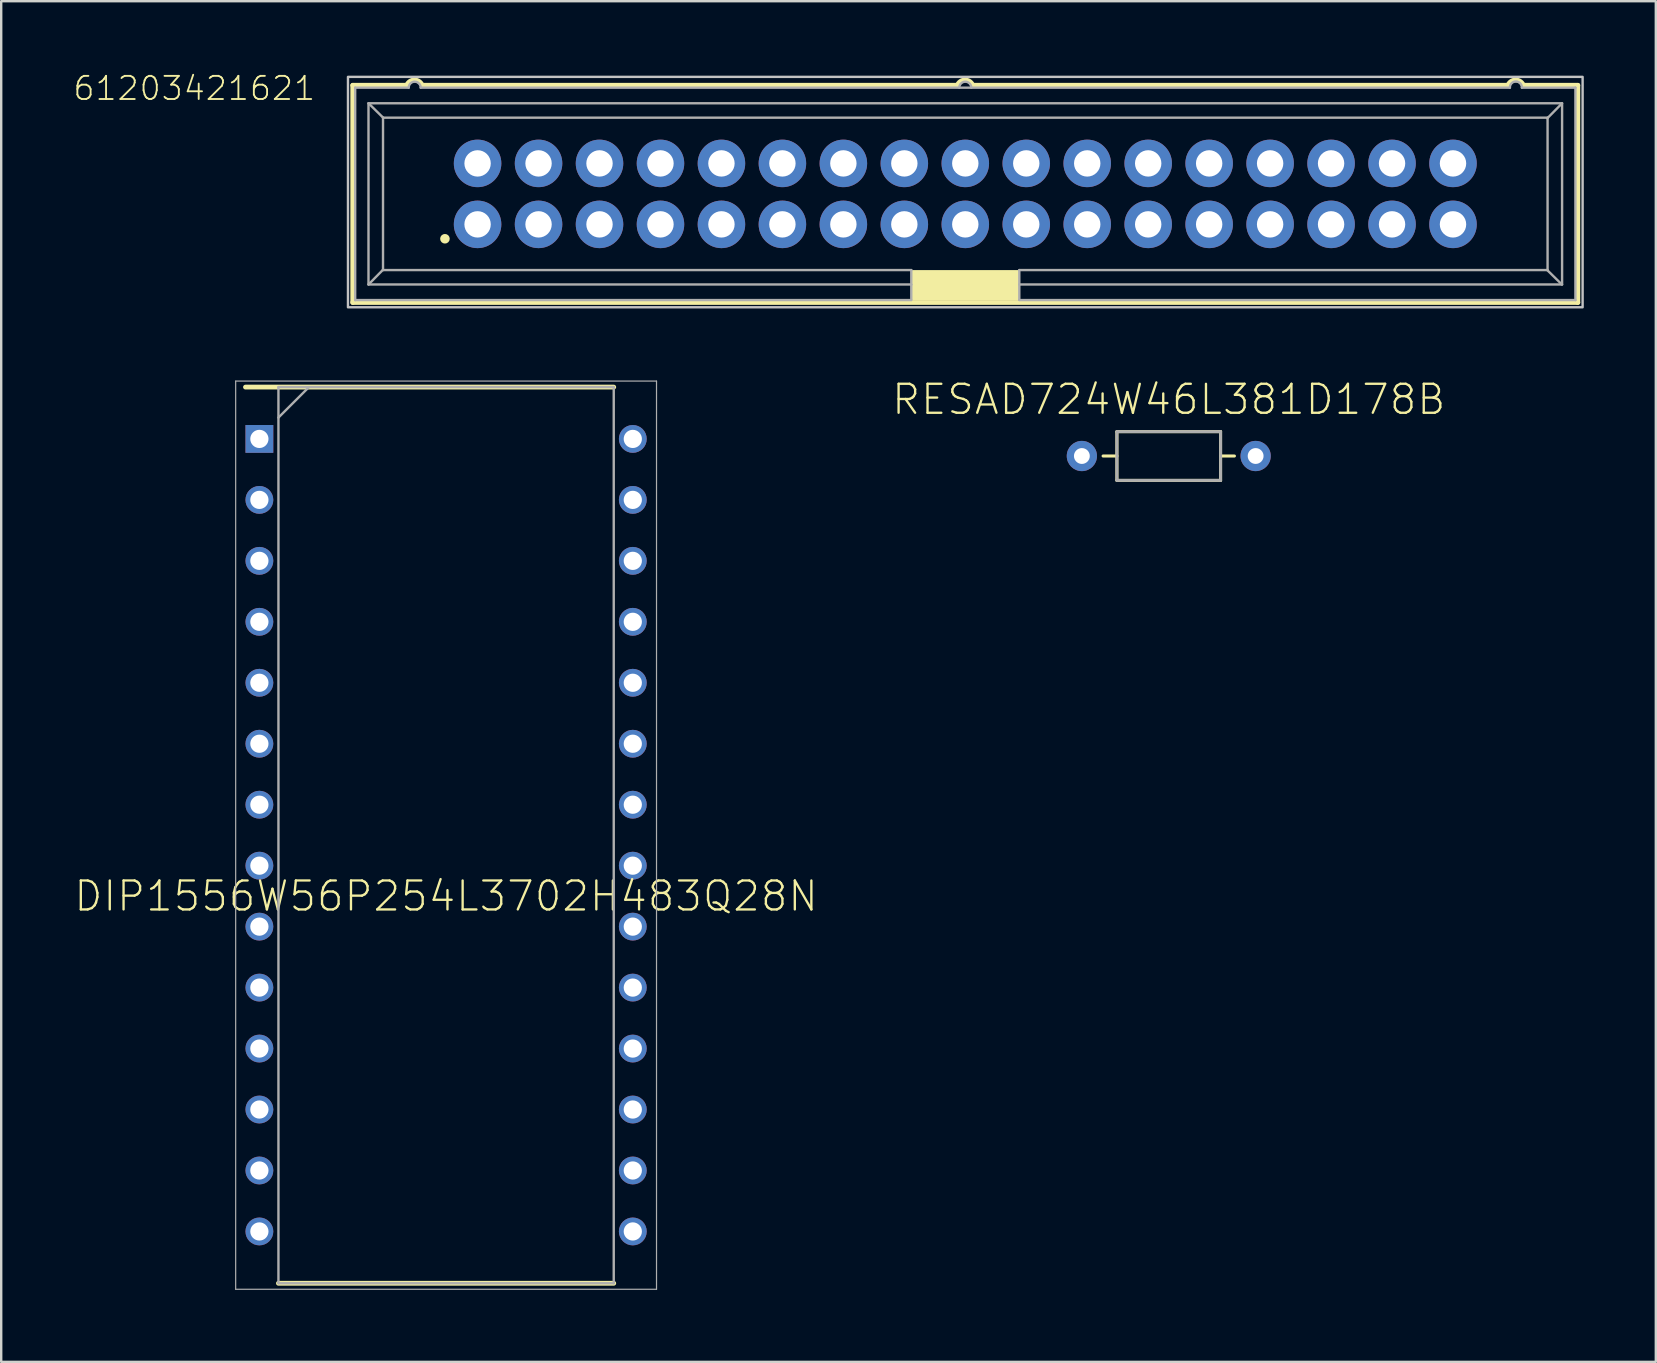
<source format=kicad_pcb>
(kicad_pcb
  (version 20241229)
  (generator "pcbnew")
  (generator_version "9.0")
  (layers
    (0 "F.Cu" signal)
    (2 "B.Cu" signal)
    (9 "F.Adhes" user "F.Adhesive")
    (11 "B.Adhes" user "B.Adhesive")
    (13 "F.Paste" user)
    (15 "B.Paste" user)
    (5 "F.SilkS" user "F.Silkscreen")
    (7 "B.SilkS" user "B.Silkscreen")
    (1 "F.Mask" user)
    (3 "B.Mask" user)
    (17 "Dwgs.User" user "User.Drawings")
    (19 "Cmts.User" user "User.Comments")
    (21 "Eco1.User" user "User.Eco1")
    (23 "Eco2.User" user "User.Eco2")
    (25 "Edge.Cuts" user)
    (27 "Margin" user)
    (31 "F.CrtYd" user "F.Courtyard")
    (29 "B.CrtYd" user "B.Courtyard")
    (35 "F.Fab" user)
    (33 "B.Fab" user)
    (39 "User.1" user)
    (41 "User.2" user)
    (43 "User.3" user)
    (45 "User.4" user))
  (footprint "61203421621"
    (layer "F.Cu")
    (at 37.168 5.028)
    (property "Reference" "61203421621" (at -27.018 -3.831 0) (layer "F.SilkS") (effects (font (size 0.965 0.965) (thickness 0.077)) (justify right bottom)))
    (attr through_hole)
    (fp_line (start -25.52 -4.525) (end -25.52 4.525) (stroke (width 0.2) (type solid)) (layer "F.SilkS"))
    (fp_line (start -25.52 4.525) (end 25.52 4.525) (stroke (width 0.2) (type solid)) (layer "F.SilkS"))
    (fp_line (start -23.27 -4.525) (end -25.52 -4.525) (stroke (width 0.2) (type solid)) (layer "F.SilkS"))
    (fp_line (start -0.33 -4.525) (end -22.63 -4.525) (stroke (width 0.2) (type solid)) (layer "F.SilkS"))
    (fp_line (start 22.61 -4.525) (end 0.31 -4.525) (stroke (width 0.2) (type solid)) (layer "F.SilkS"))
    (fp_line (start 23.25 -4.525) (end 25.52 -4.525) (stroke (width 0.2) (type solid)) (layer "F.SilkS"))
    (fp_line (start 25.52 4.525) (end 25.52 -4.525) (stroke (width 0.2) (type solid)) (layer "F.SilkS"))
    (fp_arc (start -23.27 -4.525) (mid -22.949999 -4.743547) (end -22.629999 -4.524998) (stroke (width 0.2) (type solid)) (layer "F.SilkS"))
    (fp_arc (start -0.33 -4.525) (mid -0.009999 -4.743547) (end 0.310001 -4.524998) (stroke (width 0.2) (type solid)) (layer "F.SilkS"))
    (fp_arc (start 22.61 -4.525) (mid 22.930001 -4.743547) (end 23.250001 -4.524998) (stroke (width 0.2) (type solid)) (layer "F.SilkS"))
    (fp_circle (center -21.68 1.87) (end -21.58 1.87) (stroke (width 0.2) (type solid)) (fill no) (layer "F.SilkS"))
    (fp_poly (pts (xy -2.25 4.425) (xy 2.25 4.425) (xy 2.25 3.175) (xy -2.25 3.175)) (stroke (width 0) (type solid)) (fill yes) (layer "F.SilkS"))
    (fp_poly (pts (xy -25.72 4.725) (xy 25.72 4.725) (xy 25.72 -4.875) (xy -25.72 -4.875)) (stroke (width 0.1) (type solid)) (fill no) (layer "Dwgs.User"))
    (fp_line (start -25.42 -4.425) (end -23.19 -4.425) (stroke (width 0.1) (type solid)) (layer "F.Fab"))
    (fp_line (start -25.42 4.425) (end -25.42 -4.425) (stroke (width 0.1) (type solid)) (layer "F.Fab"))
    (fp_line (start -24.865 -3.775) (end 24.865 -3.775) (stroke (width 0.1) (type solid)) (layer "F.Fab"))
    (fp_line (start -24.865 3.775) (end -24.865 -3.775) (stroke (width 0.1) (type solid)) (layer "F.Fab"))
    (fp_line (start -24.26 -3.175) (end 24.26 -3.175) (stroke (width 0.1) (type solid)) (layer "F.Fab"))
    (fp_line (start -24.26 3.16) (end -24.86 3.77) (stroke (width 0.1) (type solid)) (layer "F.Fab"))
    (fp_line (start -24.26 3.16) (end -24.26 -3.175) (stroke (width 0.1) (type solid)) (layer "F.Fab"))
    (fp_line (start -24.26 3.175) (end -24.26 3.16) (stroke (width 0.1) (type solid)) (layer "F.Fab"))
    (fp_line (start -24.25 -3.17) (end -24.86 -3.77) (stroke (width 0.1) (type solid)) (layer "F.Fab"))
    (fp_line (start -22.69 -4.425) (end 22.69 -4.425) (stroke (width 0.1) (type solid)) (layer "F.Fab"))
    (fp_line (start -2.25 3.175) (end -24.26 3.175) (stroke (width 0.1) (type solid)) (layer "F.Fab"))
    (fp_line (start -2.25 3.175) (end -2.25 3.775) (stroke (width 0.1) (type solid)) (layer "F.Fab"))
    (fp_line (start -2.25 3.775) (end -24.865 3.775) (stroke (width 0.1) (type solid)) (layer "F.Fab"))
    (fp_line (start -2.25 3.795) (end -2.25 4.395) (stroke (width 0.1) (type solid)) (layer "F.Fab"))
    (fp_line (start -2.25 4.425) (end -25.42 4.425) (stroke (width 0.1) (type solid)) (layer "F.Fab"))
    (fp_line (start 2.25 3.175) (end 2.25 3.775) (stroke (width 0.1) (type solid)) (layer "F.Fab"))
    (fp_line (start 2.25 3.815) (end 2.25 4.415) (stroke (width 0.1) (type solid)) (layer "F.Fab"))
    (fp_line (start 23.19 -4.425) (end 25.42 -4.425) (stroke (width 0.1) (type solid)) (layer "F.Fab"))
    (fp_line (start 24.24 3.17) (end 24.85 3.77) (stroke (width 0.1) (type solid)) (layer "F.Fab"))
    (fp_line (start 24.25 -3.15) (end 24.85 -3.76) (stroke (width 0.1) (type solid)) (layer "F.Fab"))
    (fp_line (start 24.26 -3.175) (end 24.26 3.175) (stroke (width 0.1) (type solid)) (layer "F.Fab"))
    (fp_line (start 24.26 3.175) (end 2.25 3.175) (stroke (width 0.1) (type solid)) (layer "F.Fab"))
    (fp_line (start 24.865 -3.775) (end 24.865 3.775) (stroke (width 0.1) (type solid)) (layer "F.Fab"))
    (fp_line (start 24.865 3.775) (end 2.25 3.775) (stroke (width 0.1) (type solid)) (layer "F.Fab"))
    (fp_line (start 25.42 -4.425) (end 25.42 4.425) (stroke (width 0.1) (type solid)) (layer "F.Fab"))
    (fp_line (start 25.42 4.425) (end 2.25 4.425) (stroke (width 0.1) (type solid)) (layer "F.Fab"))
    (fp_arc (start -23.19 -4.425) (mid -22.94 -4.68005) (end -22.69 -4.425) (stroke (width 0.1) (type solid)) (layer "F.Fab"))
    (fp_arc (start -0.25 -4.425) (mid 0 -4.68005) (end 0.25 -4.425) (stroke (width 0.1) (type solid)) (layer "F.Fab"))
    (fp_arc (start 22.69 -4.425) (mid 22.94 -4.685196) (end 23.19 -4.425) (stroke (width 0.1) (type solid)) (layer "F.Fab"))
    (pad "1" thru_hole circle (at -20.32 1.27) (size 1.98 1.98) (drill 1.1) (layers "*.Cu" "*.Mask"))
    (pad "2" thru_hole circle (at -20.32 -1.27) (size 1.98 1.98) (drill 1.1) (layers "*.Cu" "*.Mask"))
    (pad "3" thru_hole circle (at -17.78 1.27) (size 1.98 1.98) (drill 1.1) (layers "*.Cu" "*.Mask"))
    (pad "4" thru_hole circle (at -17.78 -1.27) (size 1.98 1.98) (drill 1.1) (layers "*.Cu" "*.Mask"))
    (pad "5" thru_hole circle (at -15.24 1.27) (size 1.98 1.98) (drill 1.1) (layers "*.Cu" "*.Mask"))
    (pad "6" thru_hole circle (at -15.24 -1.27) (size 1.98 1.98) (drill 1.1) (layers "*.Cu" "*.Mask"))
    (pad "7" thru_hole circle (at -12.7 1.27) (size 1.98 1.98) (drill 1.1) (layers "*.Cu" "*.Mask"))
    (pad "8" thru_hole circle (at -12.7 -1.27) (size 1.98 1.98) (drill 1.1) (layers "*.Cu" "*.Mask"))
    (pad "9" thru_hole circle (at -10.16 1.27) (size 1.98 1.98) (drill 1.1) (layers "*.Cu" "*.Mask"))
    (pad "10" thru_hole circle (at -10.16 -1.27) (size 1.98 1.98) (drill 1.1) (layers "*.Cu" "*.Mask"))
    (pad "11" thru_hole circle (at -7.62 1.27) (size 1.98 1.98) (drill 1.1) (layers "*.Cu" "*.Mask"))
    (pad "12" thru_hole circle (at -7.62 -1.27) (size 1.98 1.98) (drill 1.1) (layers "*.Cu" "*.Mask"))
    (pad "13" thru_hole circle (at -5.08 1.27) (size 1.98 1.98) (drill 1.1) (layers "*.Cu" "*.Mask"))
    (pad "14" thru_hole circle (at -5.08 -1.27) (size 1.98 1.98) (drill 1.1) (layers "*.Cu" "*.Mask"))
    (pad "15" thru_hole circle (at -2.54 1.27) (size 1.98 1.98) (drill 1.1) (layers "*.Cu" "*.Mask"))
    (pad "16" thru_hole circle (at -2.54 -1.27) (size 1.98 1.98) (drill 1.1) (layers "*.Cu" "*.Mask"))
    (pad "17" thru_hole circle (at 0 1.27) (size 1.98 1.98) (drill 1.1) (layers "*.Cu" "*.Mask"))
    (pad "18" thru_hole circle (at 0 -1.27) (size 1.98 1.98) (drill 1.1) (layers "*.Cu" "*.Mask"))
    (pad "19" thru_hole circle (at 2.54 1.27) (size 1.98 1.98) (drill 1.1) (layers "*.Cu" "*.Mask"))
    (pad "20" thru_hole circle (at 2.54 -1.27) (size 1.98 1.98) (drill 1.1) (layers "*.Cu" "*.Mask"))
    (pad "21" thru_hole circle (at 5.08 1.27) (size 1.98 1.98) (drill 1.1) (layers "*.Cu" "*.Mask"))
    (pad "22" thru_hole circle (at 5.08 -1.27) (size 1.98 1.98) (drill 1.1) (layers "*.Cu" "*.Mask"))
    (pad "23" thru_hole circle (at 7.62 1.27) (size 1.98 1.98) (drill 1.1) (layers "*.Cu" "*.Mask"))
    (pad "24" thru_hole circle (at 7.62 -1.27) (size 1.98 1.98) (drill 1.1) (layers "*.Cu" "*.Mask"))
    (pad "25" thru_hole circle (at 10.16 1.27) (size 1.98 1.98) (drill 1.1) (layers "*.Cu" "*.Mask"))
    (pad "26" thru_hole circle (at 10.16 -1.27) (size 1.98 1.98) (drill 1.1) (layers "*.Cu" "*.Mask"))
    (pad "27" thru_hole circle (at 12.7 1.27) (size 1.98 1.98) (drill 1.1) (layers "*.Cu" "*.Mask"))
    (pad "28" thru_hole circle (at 12.7 -1.27) (size 1.98 1.98) (drill 1.1) (layers "*.Cu" "*.Mask"))
    (pad "29" thru_hole circle (at 15.24 1.27) (size 1.98 1.98) (drill 1.1) (layers "*.Cu" "*.Mask"))
    (pad "30" thru_hole circle (at 15.24 -1.27) (size 1.98 1.98) (drill 1.1) (layers "*.Cu" "*.Mask"))
    (pad "31" thru_hole circle (at 17.78 1.27) (size 1.98 1.98) (drill 1.1) (layers "*.Cu" "*.Mask"))
    (pad "32" thru_hole circle (at 17.78 -1.27) (size 1.98 1.98) (drill 1.1) (layers "*.Cu" "*.Mask"))
    (pad "33" thru_hole circle (at 20.32 1.27) (size 1.98 1.98) (drill 1.1) (layers "*.Cu" "*.Mask"))
    (pad "34" thru_hole circle (at 20.32 -1.27) (size 1.98 1.98) (drill 1.1) (layers "*.Cu" "*.Mask")))
  (footprint "RESAD724W46L381D178B"
    (layer "F.Cu")
    (at 45.645 15.949)
    (property "Reference" "RESAD724W46L381D178B" (at 0 -1.65 0) (layer "F.SilkS") (effects (font (size 1.206 1.206) (thickness 0.097)) (justify bottom)))
    (attr through_hole)
    (fp_line (start -2.16 -1.015) (end -2.16 1.015) (stroke (width 0.127) (type solid)) (layer "F.SilkS"))
    (fp_line (start -2.16 0) (end -2.736 0) (stroke (width 0.127) (type solid)) (layer "F.SilkS"))
    (fp_line (start -2.16 1.015) (end 2.16 1.015) (stroke (width 0.127) (type solid)) (layer "F.SilkS"))
    (fp_line (start 2.16 -1.015) (end -2.16 -1.015) (stroke (width 0.127) (type solid)) (layer "F.SilkS"))
    (fp_line (start 2.16 0) (end 2.736 0) (stroke (width 0.127) (type solid)) (layer "F.SilkS"))
    (fp_line (start 2.16 1.015) (end 2.16 -1.015) (stroke (width 0.127) (type solid)) (layer "F.SilkS"))
    (fp_line (start -2.16 -1.015) (end 2.16 -1.015) (stroke (width 0.12) (type solid)) (layer "F.Fab"))
    (fp_line (start -2.16 1.015) (end -2.16 -1.015) (stroke (width 0.12) (type solid)) (layer "F.Fab"))
    (fp_line (start 2.16 -1.015) (end 2.16 1.015) (stroke (width 0.12) (type solid)) (layer "F.Fab"))
    (fp_line (start 2.16 1.015) (end -2.16 1.015) (stroke (width 0.12) (type solid)) (layer "F.Fab"))
    (pad "1" thru_hole circle (at -3.62 0) (size 1.26 1.26) (drill 0.66) (layers "*.Cu" "*.Mask"))
    (pad "2" thru_hole circle (at 3.62 0) (size 1.26 1.26) (drill 0.66) (layers "*.Cu" "*.Mask")))
  (footprint "DIP1556W56P254L3702H483Q28N"
    (layer "F.Cu")
    (at 15.536 31.747)
    (property "Reference" "DIP1556W56P254L3702H483Q28N" (at 0 2.54 0) (layer "F.SilkS") (effects (font (size 1.206 1.206) (thickness 0.097))))
    (attr through_hole)
    (fp_line (start -8.358 -18.669) (end 6.985 -18.669) (stroke (width 0.2) (type solid)) (layer "F.SilkS"))
    (fp_line (start -6.985 18.669) (end 6.985 18.669) (stroke (width 0.2) (type solid)) (layer "F.SilkS"))
    (fp_line (start -8.767 -18.919) (end 8.767 -18.919) (stroke (width 0.05) (type solid)) (layer "F.Fab"))
    (fp_line (start -8.767 18.919) (end -8.767 -18.919) (stroke (width 0.05) (type solid)) (layer "F.Fab"))
    (fp_line (start -6.985 -18.669) (end 6.985 -18.669) (stroke (width 0.1) (type solid)) (layer "F.Fab"))
    (fp_line (start -6.985 -17.399) (end -5.715 -18.669) (stroke (width 0.1) (type solid)) (layer "F.Fab"))
    (fp_line (start -6.985 18.669) (end -6.985 -18.669) (stroke (width 0.1) (type solid)) (layer "F.Fab"))
    (fp_line (start 6.985 -18.669) (end 6.985 18.669) (stroke (width 0.1) (type solid)) (layer "F.Fab"))
    (fp_line (start 6.985 18.669) (end -6.985 18.669) (stroke (width 0.1) (type solid)) (layer "F.Fab"))
    (fp_line (start 8.767 -18.919) (end 8.767 18.919) (stroke (width 0.05) (type solid)) (layer "F.Fab"))
    (fp_line (start 8.767 18.919) (end -8.767 18.919) (stroke (width 0.05) (type solid)) (layer "F.Fab"))
    (pad "1" thru_hole rect (at -7.779 -16.51) (size 1.159 1.159) (drill 0.759) (layers "*.Cu" "*.Mask"))
    (pad "2" thru_hole circle (at -7.779 -13.97) (size 1.159 1.159) (drill 0.759) (layers "*.Cu" "*.Mask"))
    (pad "3" thru_hole circle (at -7.779 -11.43) (size 1.159 1.159) (drill 0.759) (layers "*.Cu" "*.Mask"))
    (pad "4" thru_hole circle (at -7.779 -8.89) (size 1.159 1.159) (drill 0.759) (layers "*.Cu" "*.Mask"))
    (pad "5" thru_hole circle (at -7.779 -6.35) (size 1.159 1.159) (drill 0.759) (layers "*.Cu" "*.Mask"))
    (pad "6" thru_hole circle (at -7.779 -3.81) (size 1.159 1.159) (drill 0.759) (layers "*.Cu" "*.Mask"))
    (pad "7" thru_hole circle (at -7.779 -1.27) (size 1.159 1.159) (drill 0.759) (layers "*.Cu" "*.Mask"))
    (pad "8" thru_hole circle (at -7.779 1.27) (size 1.159 1.159) (drill 0.759) (layers "*.Cu" "*.Mask"))
    (pad "9" thru_hole circle (at -7.779 3.81) (size 1.159 1.159) (drill 0.759) (layers "*.Cu" "*.Mask"))
    (pad "10" thru_hole circle (at -7.779 6.35) (size 1.159 1.159) (drill 0.759) (layers "*.Cu" "*.Mask"))
    (pad "11" thru_hole circle (at -7.779 8.89) (size 1.159 1.159) (drill 0.759) (layers "*.Cu" "*.Mask"))
    (pad "12" thru_hole circle (at -7.779 11.43) (size 1.159 1.159) (drill 0.759) (layers "*.Cu" "*.Mask"))
    (pad "13" thru_hole circle (at -7.779 13.97) (size 1.159 1.159) (drill 0.759) (layers "*.Cu" "*.Mask"))
    (pad "14" thru_hole circle (at -7.779 16.51) (size 1.159 1.159) (drill 0.759) (layers "*.Cu" "*.Mask"))
    (pad "15" thru_hole circle (at 7.779 16.51) (size 1.159 1.159) (drill 0.759) (layers "*.Cu" "*.Mask"))
    (pad "16" thru_hole circle (at 7.779 13.97) (size 1.159 1.159) (drill 0.759) (layers "*.Cu" "*.Mask"))
    (pad "17" thru_hole circle (at 7.779 11.43) (size 1.159 1.159) (drill 0.759) (layers "*.Cu" "*.Mask"))
    (pad "18" thru_hole circle (at 7.779 8.89) (size 1.159 1.159) (drill 0.759) (layers "*.Cu" "*.Mask"))
    (pad "19" thru_hole circle (at 7.779 6.35) (size 1.159 1.159) (drill 0.759) (layers "*.Cu" "*.Mask"))
    (pad "20" thru_hole circle (at 7.779 3.81) (size 1.159 1.159) (drill 0.759) (layers "*.Cu" "*.Mask"))
    (pad "21" thru_hole circle (at 7.779 1.27) (size 1.159 1.159) (drill 0.759) (layers "*.Cu" "*.Mask"))
    (pad "22" thru_hole circle (at 7.779 -1.27) (size 1.159 1.159) (drill 0.759) (layers "*.Cu" "*.Mask"))
    (pad "23" thru_hole circle (at 7.779 -3.81) (size 1.159 1.159) (drill 0.759) (layers "*.Cu" "*.Mask"))
    (pad "24" thru_hole circle (at 7.779 -6.35) (size 1.159 1.159) (drill 0.759) (layers "*.Cu" "*.Mask"))
    (pad "25" thru_hole circle (at 7.779 -8.89) (size 1.159 1.159) (drill 0.759) (layers "*.Cu" "*.Mask"))
    (pad "26" thru_hole circle (at 7.779 -11.43) (size 1.159 1.159) (drill 0.759) (layers "*.Cu" "*.Mask"))
    (pad "27" thru_hole circle (at 7.779 -13.97) (size 1.159 1.159) (drill 0.759) (layers "*.Cu" "*.Mask"))
    (pad "28" thru_hole circle (at 7.779 -16.51) (size 1.159 1.159) (drill 0.759) (layers "*.Cu" "*.Mask")))
  (gr_rect
    (start -3 -3)
    (end 65.938 53.691)
    (stroke (width 0.1) (type default))
    (fill no)
    (layer "Edge.Cuts")))
</source>
